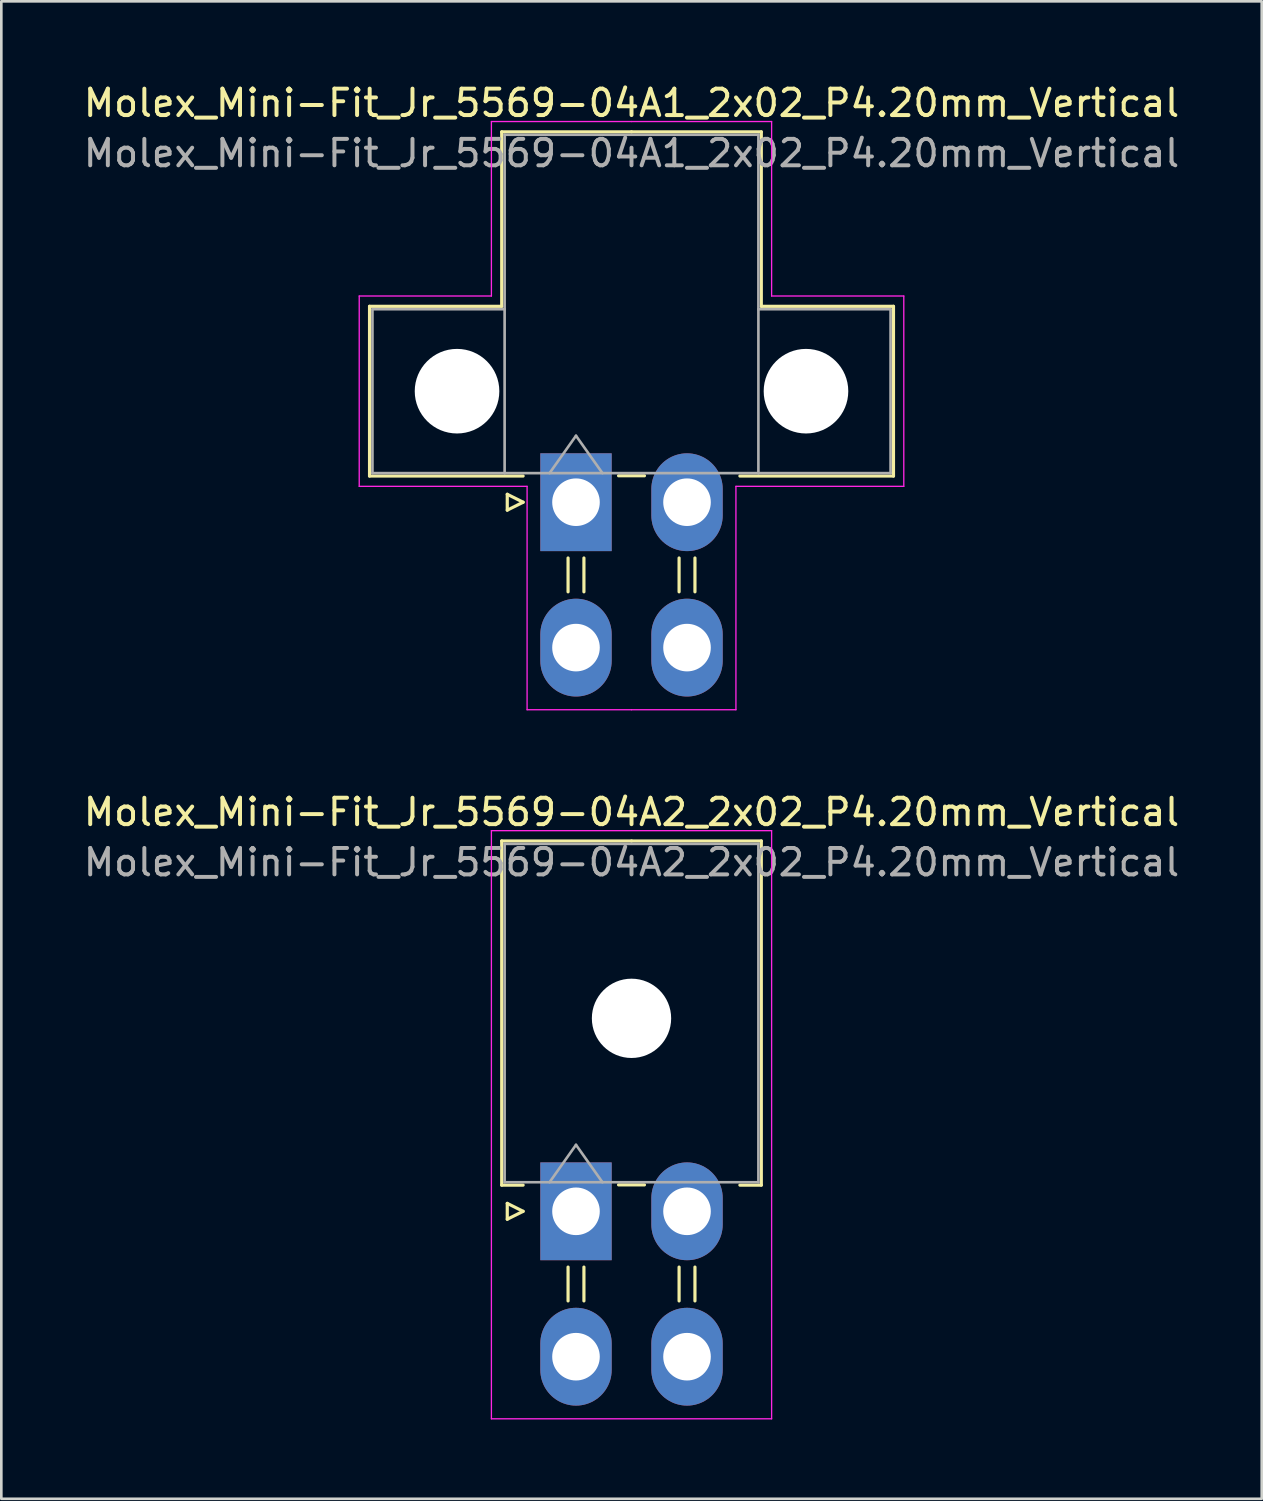
<source format=kicad_pcb>
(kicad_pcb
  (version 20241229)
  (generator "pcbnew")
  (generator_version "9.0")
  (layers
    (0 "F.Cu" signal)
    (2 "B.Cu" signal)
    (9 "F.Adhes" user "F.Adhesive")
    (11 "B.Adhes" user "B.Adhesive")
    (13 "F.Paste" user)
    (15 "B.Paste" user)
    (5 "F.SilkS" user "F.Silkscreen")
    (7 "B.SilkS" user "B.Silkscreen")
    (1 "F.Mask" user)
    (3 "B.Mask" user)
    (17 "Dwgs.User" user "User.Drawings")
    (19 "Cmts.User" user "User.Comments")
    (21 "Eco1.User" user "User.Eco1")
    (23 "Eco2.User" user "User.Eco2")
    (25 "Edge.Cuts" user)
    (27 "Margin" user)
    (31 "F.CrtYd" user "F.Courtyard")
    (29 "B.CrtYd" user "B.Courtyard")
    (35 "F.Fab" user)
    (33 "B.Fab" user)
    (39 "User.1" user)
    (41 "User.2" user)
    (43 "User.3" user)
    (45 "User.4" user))
  (footprint "Molex_Mini-Fit_Jr_5569-04A1_2x02_P4.20mm_Vertical"
    (layer "F.Cu")
    (at 18.739 15.948)
    (property "Reference" "Molex_Mini-Fit_Jr_5569-04A1_2x02_P4.20mm_Vertical" (at 2.1 -15.1 0) (layer "F.SilkS") (effects (font (size 1 1) (thickness 0.15))))
    (attr through_hole)
    (fp_line (start -7.81 -7.41) (end -7.81 -0.99) (stroke (width 0.12) (type solid)) (layer "F.SilkS"))
    (fp_line (start -7.81 -0.99) (end -2 -0.99) (stroke (width 0.12) (type solid)) (layer "F.SilkS"))
    (fp_line (start -2.81 -14.01) (end -2.81 -7.41) (stroke (width 0.12) (type solid)) (layer "F.SilkS"))
    (fp_line (start -2.81 -7.41) (end -7.81 -7.41) (stroke (width 0.12) (type solid)) (layer "F.SilkS"))
    (fp_line (start -2.6 -0.3) (end -2 0) (stroke (width 0.12) (type solid)) (layer "F.SilkS"))
    (fp_line (start -2.6 0.3) (end -2.6 -0.3) (stroke (width 0.12) (type solid)) (layer "F.SilkS"))
    (fp_line (start -2 0) (end -2.6 0.3) (stroke (width 0.12) (type solid)) (layer "F.SilkS"))
    (fp_line (start -0.3 2.11) (end -0.3 3.39) (stroke (width 0.12) (type solid)) (layer "F.SilkS"))
    (fp_line (start 0.3 2.11) (end 0.3 3.39) (stroke (width 0.12) (type solid)) (layer "F.SilkS"))
    (fp_line (start 1.61 -1) (end 2.59 -1) (stroke (width 0.12) (type solid)) (layer "F.SilkS"))
    (fp_line (start 2.1 -14.01) (end -2.81 -14.01) (stroke (width 0.12) (type solid)) (layer "F.SilkS"))
    (fp_line (start 2.1 -14.01) (end 7.01 -14.01) (stroke (width 0.12) (type solid)) (layer "F.SilkS"))
    (fp_line (start 3.9 2.11) (end 3.9 3.39) (stroke (width 0.12) (type solid)) (layer "F.SilkS"))
    (fp_line (start 4.5 2.11) (end 4.5 3.39) (stroke (width 0.12) (type solid)) (layer "F.SilkS"))
    (fp_line (start 7.01 -14.01) (end 7.01 -7.41) (stroke (width 0.12) (type solid)) (layer "F.SilkS"))
    (fp_line (start 7.01 -7.41) (end 12.01 -7.41) (stroke (width 0.12) (type solid)) (layer "F.SilkS"))
    (fp_line (start 12.01 -7.41) (end 12.01 -0.99) (stroke (width 0.12) (type solid)) (layer "F.SilkS"))
    (fp_line (start 12.01 -0.99) (end 6.2 -0.99) (stroke (width 0.12) (type solid)) (layer "F.SilkS"))
    (fp_line (start -8.2 -7.8) (end -8.2 -0.6) (stroke (width 0.05) (type solid)) (layer "F.CrtYd"))
    (fp_line (start -8.2 -0.6) (end -1.85 -0.6) (stroke (width 0.05) (type solid)) (layer "F.CrtYd"))
    (fp_line (start -3.2 -14.4) (end -3.2 -7.8) (stroke (width 0.05) (type solid)) (layer "F.CrtYd"))
    (fp_line (start -3.2 -7.8) (end -8.2 -7.8) (stroke (width 0.05) (type solid)) (layer "F.CrtYd"))
    (fp_line (start -1.85 -0.6) (end -1.85 7.85) (stroke (width 0.05) (type solid)) (layer "F.CrtYd"))
    (fp_line (start -1.85 7.85) (end 2.1 7.85) (stroke (width 0.05) (type solid)) (layer "F.CrtYd"))
    (fp_line (start 2.1 -14.4) (end -3.2 -14.4) (stroke (width 0.05) (type solid)) (layer "F.CrtYd"))
    (fp_line (start 2.1 -14.4) (end 7.4 -14.4) (stroke (width 0.05) (type solid)) (layer "F.CrtYd"))
    (fp_line (start 6.05 -0.6) (end 6.05 7.85) (stroke (width 0.05) (type solid)) (layer "F.CrtYd"))
    (fp_line (start 6.05 7.85) (end 2.1 7.85) (stroke (width 0.05) (type solid)) (layer "F.CrtYd"))
    (fp_line (start 7.4 -14.4) (end 7.4 -7.8) (stroke (width 0.05) (type solid)) (layer "F.CrtYd"))
    (fp_line (start 7.4 -7.8) (end 12.4 -7.8) (stroke (width 0.05) (type solid)) (layer "F.CrtYd"))
    (fp_line (start 12.4 -7.8) (end 12.4 -0.6) (stroke (width 0.05) (type solid)) (layer "F.CrtYd"))
    (fp_line (start 12.4 -0.6) (end 6.05 -0.6) (stroke (width 0.05) (type solid)) (layer "F.CrtYd"))
    (fp_line (start -7.7 -7.3) (end -7.7 -1.1) (stroke (width 0.1) (type solid)) (layer "F.Fab"))
    (fp_line (start -7.7 -1.1) (end -2.7 -1.1) (stroke (width 0.1) (type solid)) (layer "F.Fab"))
    (fp_line (start -2.7 -13.9) (end -2.7 -1.1) (stroke (width 0.1) (type solid)) (layer "F.Fab"))
    (fp_line (start -2.7 -7.3) (end -7.7 -7.3) (stroke (width 0.1) (type solid)) (layer "F.Fab"))
    (fp_line (start -2.7 -1.1) (end 6.9 -1.1) (stroke (width 0.1) (type solid)) (layer "F.Fab"))
    (fp_line (start -1 -1.1) (end 0 -2.514) (stroke (width 0.1) (type solid)) (layer "F.Fab"))
    (fp_line (start 0 -2.514) (end 1 -1.1) (stroke (width 0.1) (type solid)) (layer "F.Fab"))
    (fp_line (start 6.9 -13.9) (end -2.7 -13.9) (stroke (width 0.1) (type solid)) (layer "F.Fab"))
    (fp_line (start 6.9 -7.3) (end 11.9 -7.3) (stroke (width 0.1) (type solid)) (layer "F.Fab"))
    (fp_line (start 6.9 -1.1) (end 6.9 -13.9) (stroke (width 0.1) (type solid)) (layer "F.Fab"))
    (fp_line (start 11.9 -7.3) (end 11.9 -1.1) (stroke (width 0.1) (type solid)) (layer "F.Fab"))
    (fp_line (start 11.9 -1.1) (end 6.9 -1.1) (stroke (width 0.1) (type solid)) (layer "F.Fab"))
    (fp_text user "${REFERENCE}" (at 2.1 -13.2 0) (layer "F.Fab") (effects (font (size 1 1) (thickness 0.15))))
    (pad "" np_thru_hole circle (at -4.5 -4.2) (size 3.2 3.2) (drill 3.2) (layers "*.Cu" "*.Mask"))
    (pad "" np_thru_hole circle (at 8.7 -4.2) (size 3.2 3.2) (drill 3.2) (layers "*.Cu" "*.Mask"))
    (pad "1" thru_hole rect (at 0 0) (size 2.7 3.7) (drill 1.8) (layers "*.Cu" "*.Mask"))
    (pad "2" thru_hole oval (at 4.2 0) (size 2.7 3.7) (drill 1.8) (layers "*.Cu" "*.Mask"))
    (pad "3" thru_hole oval (at 0 5.5) (size 2.7 3.7) (drill 1.8) (layers "*.Cu" "*.Mask"))
    (pad "4" thru_hole oval (at 4.2 5.5) (size 2.7 3.7) (drill 1.8) (layers "*.Cu" "*.Mask")))
  (footprint "Molex_Mini-Fit_Jr_5569-04A2_2x02_P4.20mm_Vertical"
    (layer "F.Cu")
    (at 18.739 42.772)
    (property "Reference" "Molex_Mini-Fit_Jr_5569-04A2_2x02_P4.20mm_Vertical" (at 2.1 -15.1 0) (layer "F.SilkS") (effects (font (size 1 1) (thickness 0.15))))
    (attr through_hole)
    (fp_line (start -2.81 -14.01) (end 2.1 -14.01) (stroke (width 0.12) (type solid)) (layer "F.SilkS"))
    (fp_line (start -2.81 -0.99) (end -2.81 -14.01) (stroke (width 0.12) (type solid)) (layer "F.SilkS"))
    (fp_line (start -2.6 -0.3) (end -2 0) (stroke (width 0.12) (type solid)) (layer "F.SilkS"))
    (fp_line (start -2.6 0.3) (end -2.6 -0.3) (stroke (width 0.12) (type solid)) (layer "F.SilkS"))
    (fp_line (start -2 -0.99) (end -2.81 -0.99) (stroke (width 0.12) (type solid)) (layer "F.SilkS"))
    (fp_line (start -2 0) (end -2.6 0.3) (stroke (width 0.12) (type solid)) (layer "F.SilkS"))
    (fp_line (start -0.3 2.11) (end -0.3 3.39) (stroke (width 0.12) (type solid)) (layer "F.SilkS"))
    (fp_line (start 0.3 2.11) (end 0.3 3.39) (stroke (width 0.12) (type solid)) (layer "F.SilkS"))
    (fp_line (start 1.61 -1) (end 2.59 -1) (stroke (width 0.12) (type solid)) (layer "F.SilkS"))
    (fp_line (start 3.9 2.11) (end 3.9 3.39) (stroke (width 0.12) (type solid)) (layer "F.SilkS"))
    (fp_line (start 4.5 2.11) (end 4.5 3.39) (stroke (width 0.12) (type solid)) (layer "F.SilkS"))
    (fp_line (start 6.2 -0.99) (end 7.01 -0.99) (stroke (width 0.12) (type solid)) (layer "F.SilkS"))
    (fp_line (start 7.01 -14.01) (end 2.1 -14.01) (stroke (width 0.12) (type solid)) (layer "F.SilkS"))
    (fp_line (start 7.01 -0.99) (end 7.01 -14.01) (stroke (width 0.12) (type solid)) (layer "F.SilkS"))
    (fp_line (start -3.2 -14.4) (end -3.2 7.85) (stroke (width 0.05) (type solid)) (layer "F.CrtYd"))
    (fp_line (start -3.2 7.85) (end 7.4 7.85) (stroke (width 0.05) (type solid)) (layer "F.CrtYd"))
    (fp_line (start 7.4 -14.4) (end -3.2 -14.4) (stroke (width 0.05) (type solid)) (layer "F.CrtYd"))
    (fp_line (start 7.4 7.85) (end 7.4 -14.4) (stroke (width 0.05) (type solid)) (layer "F.CrtYd"))
    (fp_line (start -2.7 -13.9) (end -2.7 -1.1) (stroke (width 0.1) (type solid)) (layer "F.Fab"))
    (fp_line (start -2.7 -1.1) (end 6.9 -1.1) (stroke (width 0.1) (type solid)) (layer "F.Fab"))
    (fp_line (start -1 -1.1) (end 0 -2.514) (stroke (width 0.1) (type solid)) (layer "F.Fab"))
    (fp_line (start 0 -2.514) (end 1 -1.1) (stroke (width 0.1) (type solid)) (layer "F.Fab"))
    (fp_line (start 6.9 -13.9) (end -2.7 -13.9) (stroke (width 0.1) (type solid)) (layer "F.Fab"))
    (fp_line (start 6.9 -1.1) (end 6.9 -13.9) (stroke (width 0.1) (type solid)) (layer "F.Fab"))
    (fp_text user "${REFERENCE}" (at 2.1 -13.2 0) (layer "F.Fab") (effects (font (size 1 1) (thickness 0.15))))
    (pad "" np_thru_hole circle (at 2.1 -7.3) (size 3 3) (drill 3) (layers "*.Cu" "*.Mask"))
    (pad "1" thru_hole rect (at 0 0) (size 2.7 3.7) (drill 1.8) (layers "*.Cu" "*.Mask"))
    (pad "2" thru_hole oval (at 4.2 0) (size 2.7 3.7) (drill 1.8) (layers "*.Cu" "*.Mask"))
    (pad "3" thru_hole oval (at 0 5.5) (size 2.7 3.7) (drill 1.8) (layers "*.Cu" "*.Mask"))
    (pad "4" thru_hole oval (at 4.2 5.5) (size 2.7 3.7) (drill 1.8) (layers "*.Cu" "*.Mask")))
  (gr_rect
    (start -3 -3)
    (end 44.679 53.647)
    (stroke (width 0.1) (type default))
    (fill no)
    (layer "Edge.Cuts")))
</source>
